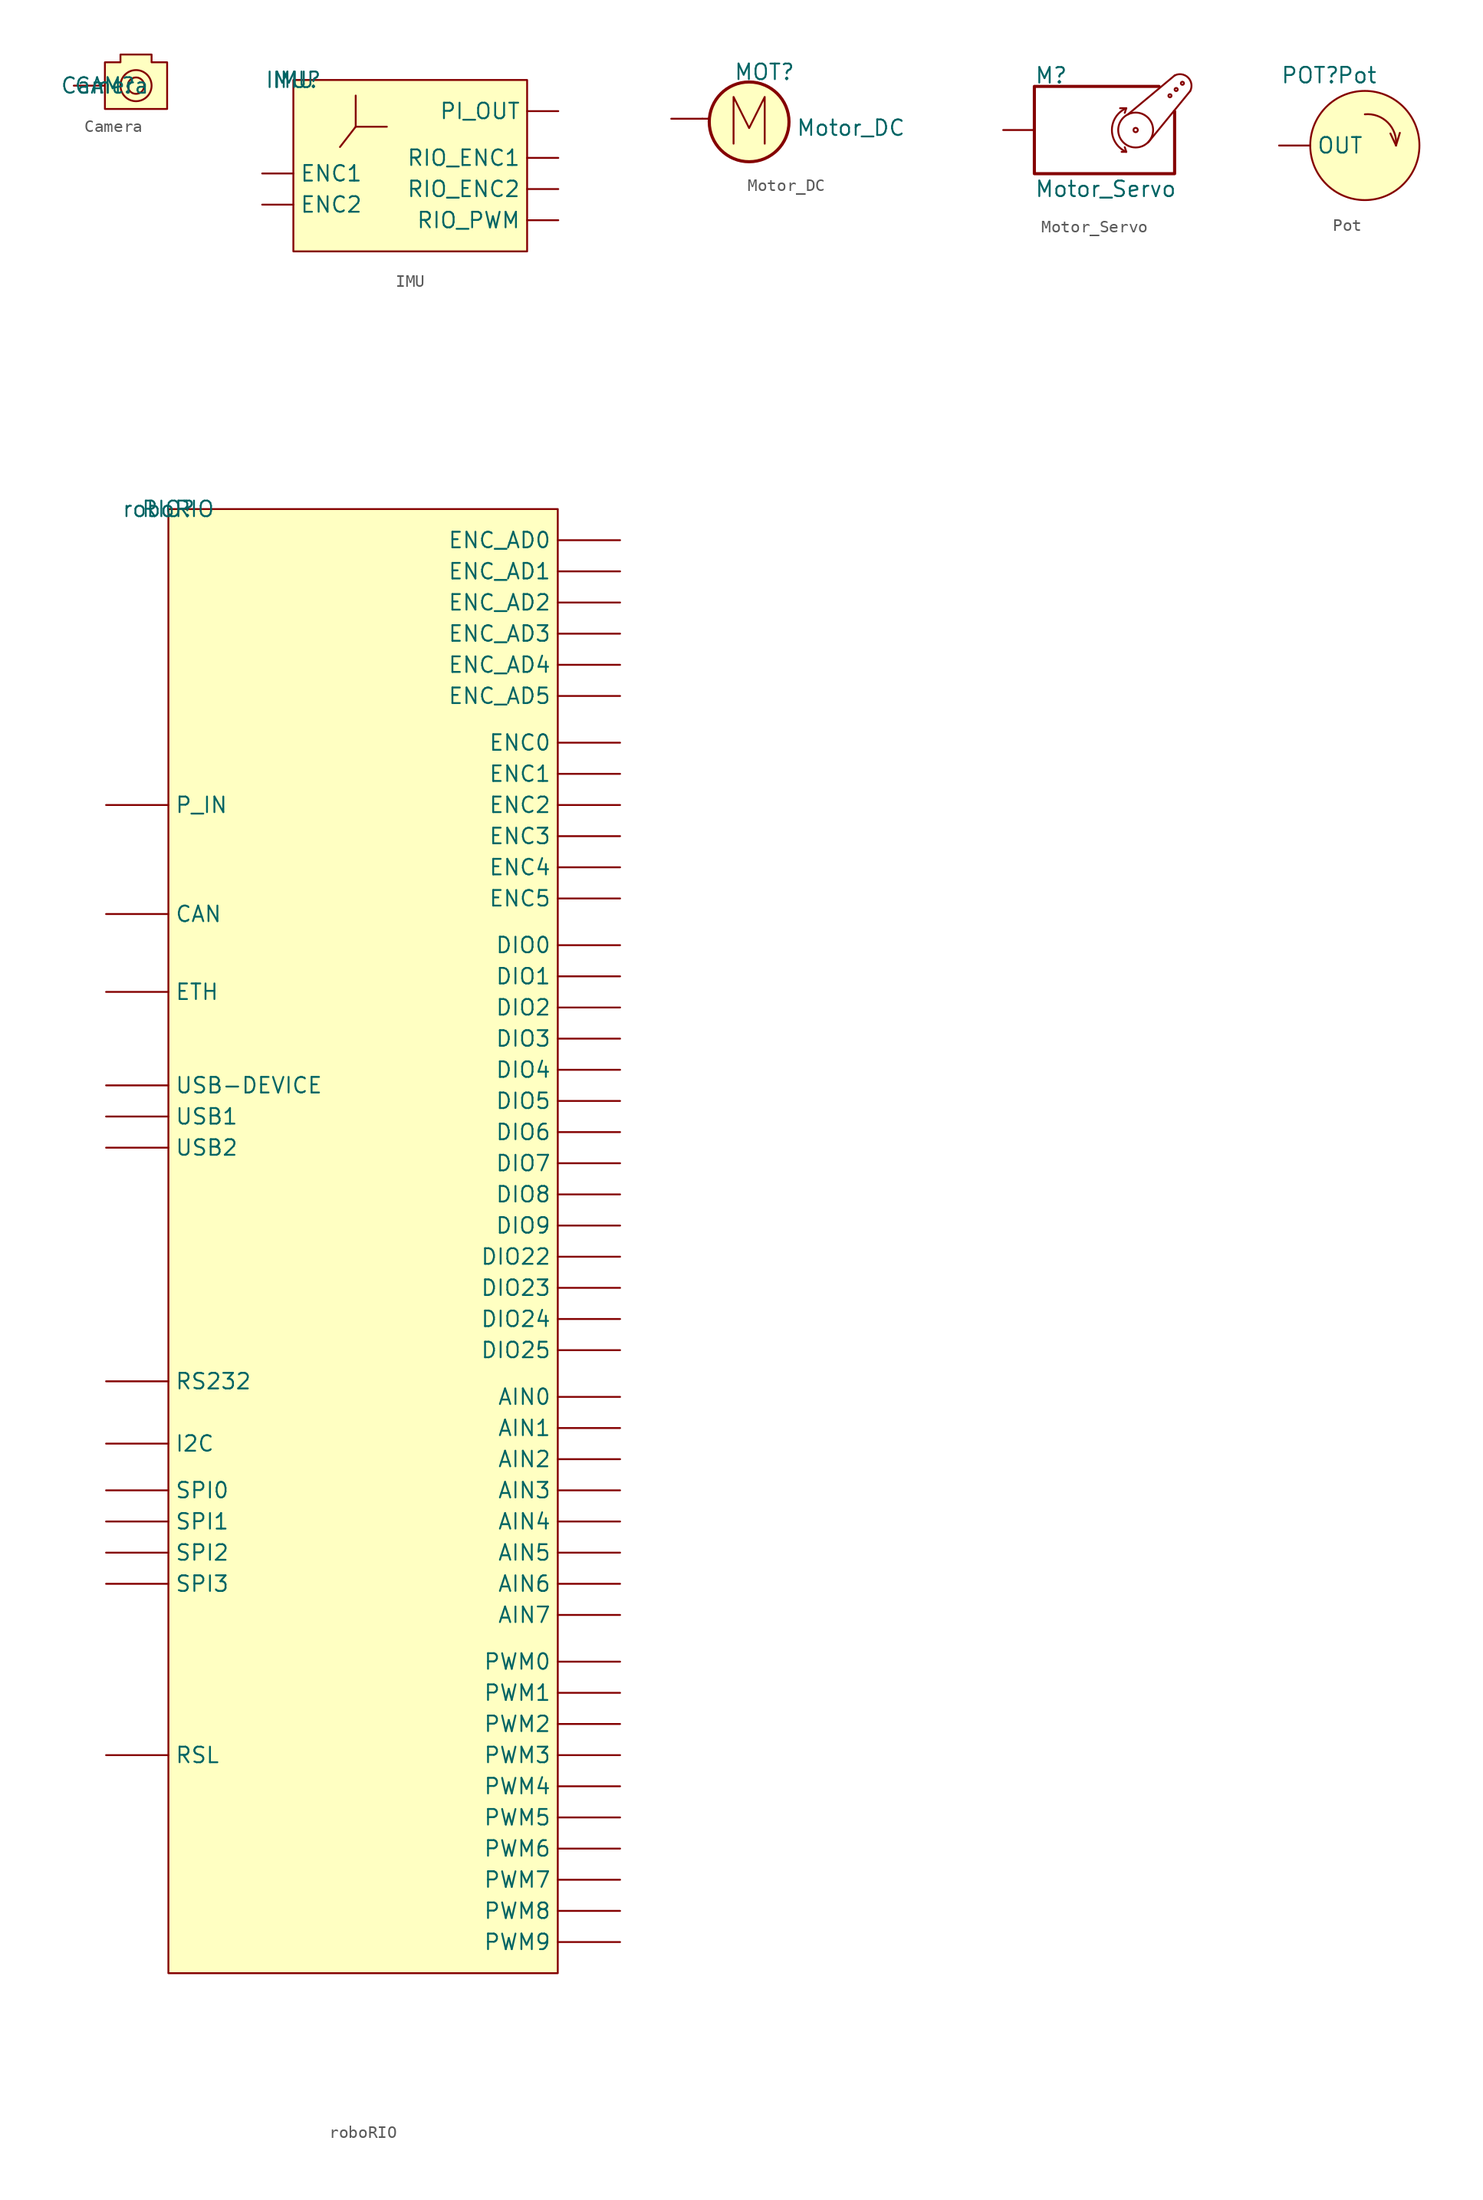
<source format=kicad_sym>
(kicad_symbol_lib
  (version 20220914)
  (generator kicad_symbol_editor)
  (symbol "Camera"
    (pin_numbers hide)
    (pin_names hide)
    (property "Reference" "CAM"
      (at 0 0 0)
      (effects (font (size 1.27 1.27))))
    (property "Value" "Camera"
      (at 0 0 0)
      (effects (font (size 1.27 1.27))))
    (symbol "Camera_0_1"
      (circle (center 2.54 0) (radius 0.67) (stroke (width 0) (type default)) (fill (type none)))
      (circle (center 2.54 0) (radius 1.27) (stroke (width 0) (type default)) (fill (type none))))
    (symbol "Camera_1_1"
      (polyline (pts (xy 2.54 -1.905) (xy 5.08 -1.905) (xy 5.08 1.905) (xy 3.81 1.905) (xy 3.81 2.54) (xy 1.27 2.54) (xy 1.27 1.905) (xy 0 1.905) (xy 0 -1.905) (xy 2.54 -1.905)) (stroke (width 0) (type default)) (fill (type background)))
      (pin input line (at -2.54 0 0) (length 2.54) (name "" (effects (font (size 1.27 1.27)))) (number "" (effects (font (size 1.27 1.27)))))))
  (symbol "IMU"
    (property "Reference" "IMU"
      (at 0 0 0)
      (effects (font (size 1.27 1.27))))
    (property "Value" "IMU"
      (at 0 0 0)
      (effects (font (size 1.27 1.27))))
    (symbol "IMU_0_0"
      (pin unspecified line (at -2.54 -7.62 0) (length 2.54) (name "ENC1" (effects (font (size 1.27 1.27)))) (number "" (effects (font (size 1.27 1.27)))))
      (pin unspecified line (at -2.54 -10.16 0) (length 2.54) (name "ENC2" (effects (font (size 1.27 1.27)))) (number "" (effects (font (size 1.27 1.27)))))
      (pin unspecified line (at 21.59 -2.54 180) (length 2.54) (name "PI_OUT" (effects (font (size 1.27 1.27)))) (number "" (effects (font (size 1.27 1.27)))))
      (pin unspecified line (at 21.59 -6.35 180) (length 2.54) (name "RIO_ENC1" (effects (font (size 1.27 1.27)))) (number "" (effects (font (size 1.27 1.27)))))
      (pin unspecified line (at 21.59 -8.89 180) (length 2.54) (name "RIO_ENC2" (effects (font (size 1.27 1.27)))) (number "" (effects (font (size 1.27 1.27)))))
      (pin unspecified line (at 21.59 -11.43 180) (length 2.54) (name "RIO_PWM" (effects (font (size 1.27 1.27)))) (number "" (effects (font (size 1.27 1.27))))))
    (symbol "IMU_0_1"
      (polyline (pts (xy 5.08 -3.81) (xy 3.799 -5.463)) (stroke (width 0) (type default)) (fill (type none)))
      (polyline (pts (xy 5.08 -1.27) (xy 5.08 -3.81) (xy 7.62 -3.81)) (stroke (width 0) (type default)) (fill (type none)))
      (rectangle (start 0 0) (end 19.05 -13.97) (stroke (width 0) (type default)) (fill (type background)))))
  (symbol "Motor_DC"
    (pin_names
      (offset 0))
    (property "Reference" "MOT"
      (at -1.27 2.54 0)
      (effects (font (size 1.27 1.27)) (justify left)))
    (property "Value" "Motor_DC"
      (at 3.81 -1.27 0)
      (effects (font (size 1.27 1.27)) (justify left top)))
    (symbol "Motor_DC_0_0"
      (polyline (pts (xy -1.27 -3.302) (xy -1.27 0.508) (xy 0 -2.032) (xy 1.27 0.508) (xy 1.27 -3.302)) (stroke (width 0) (type default)) (fill (type none))))
    (symbol "Motor_DC_0_1"
      (circle (center 0 -1.524) (radius 3.251) (stroke (width 0.254) (type default)) (fill (type background)))
      (polyline (pts (xy -3.81 -1.27) (xy -3.302 -1.27)) (stroke (width 0) (type default)) (fill (type none))))
    (symbol "Motor_DC_1_1"
      (pin passive line (at -6.35 -1.27 0) (length 2.54) (name "" (effects (font (size 1.27 1.27)))) (number "" (effects (font (size 1.27 1.27)))))))
  (symbol "Motor_Servo"
    (pin_names
      (offset 0.025))
    (property "Reference" "M"
      (at -5.08 4.445 0)
      (effects (font (size 1.27 1.27)) (justify left)))
    (property "Value" "Motor_Servo"
      (at -5.08 -4.064 0)
      (effects (font (size 1.27 1.27)) (justify left top)))
    (symbol "Motor_Servo_0_1"
      (polyline (pts (xy 2.413 -1.778) (xy 2.032 -1.778)) (stroke (width 0) (type default)) (fill (type none)))
      (polyline (pts (xy 2.413 -1.778) (xy 2.286 -1.397)) (stroke (width 0) (type default)) (fill (type none)))
      (polyline (pts (xy 2.413 1.778) (xy 1.905 1.778)) (stroke (width 0) (type default)) (fill (type none)))
      (polyline (pts (xy 2.413 1.778) (xy 2.286 1.397)) (stroke (width 0) (type default)) (fill (type none)))
      (polyline (pts (xy 6.35 4.445) (xy 2.54 1.27)) (stroke (width 0) (type default)) (fill (type none)))
      (polyline (pts (xy 7.62 3.175) (xy 4.191 -1.016)) (stroke (width 0) (type default)) (fill (type none)))
      (polyline (pts (xy 5.08 3.556) (xy -5.08 3.556) (xy -5.08 -3.556) (xy 6.35 -3.556) (xy 6.35 1.524)) (stroke (width 0.254) (type default)) (fill (type none)))
      (arc (start 2.413 1.778) (mid 1.2406 0) (end 2.413 -1.778) (stroke (width 0) (type default)) (fill (type none)))
      (circle (center 3.175 0) (radius 0.178) (stroke (width 0) (type default)) (fill (type none)))
      (circle (center 3.175 0) (radius 1.422) (stroke (width 0) (type default)) (fill (type none)))
      (circle (center 5.969 2.794) (radius 0.127) (stroke (width 0) (type default)) (fill (type none)))
      (circle (center 6.477 3.302) (radius 0.127) (stroke (width 0) (type default)) (fill (type none)))
      (circle (center 6.985 3.81) (radius 0.127) (stroke (width 0) (type default)) (fill (type none)))
      (arc (start 7.62 3.175) (mid 7.4485 4.2735) (end 6.35 4.445) (stroke (width 0) (type default)) (fill (type none))))
    (symbol "Motor_Servo_1_1"
      (pin passive line (at -7.62 0 0) (length 2.54) (name "" (effects (font (size 1.27 1.27)))) (number "" (effects (font (size 1.27 1.27)))))))
  (symbol "Pot"
    (property "Reference" "POT"
      (at 0 0 0)
      (effects (font (size 1.27 1.27))))
    (property "Value" "Pot"
      (at 3.81 0 0)
      (effects (font (size 1.27 1.27))))
    (symbol "Pot_0_1"
      (polyline (pts (xy 6.985 -5.715) (xy 6.527 -4.734)) (stroke (width 0) (type default)) (fill (type none)))
      (polyline (pts (xy 6.985 -5.715) (xy 7.298 -4.684)) (stroke (width 0) (type default)) (fill (type none)))
      (circle (center 4.445 -5.715) (radius 4.445) (stroke (width 0) (type default)) (fill (type background)))
      (arc (start 6.985 -5.715) (mid 6.3162 -3.8438) (end 4.445 -3.175) (stroke (width 0) (type default)) (fill (type none))))
    (symbol "Pot_1_1"
      (pin input line (at -2.54 -5.715 0) (length 2.54) (name "OUT" (effects (font (size 1.27 1.27)))) (number "" (effects (font (size 1.27 1.27)))))))
  (symbol "roboRIO"
    (pin_numbers hide)
    (property "Reference" "RIO"
      (at 0 0 0)
      (effects (font (size 1.27 1.27))))
    (property "Value" "roboRIO"
      (at 0 0 0)
      (effects (font (size 1.27 1.27))))
    (symbol "roboRIO_0_0"
      (pin unspecified line (at 36.83 -72.39 180) (length 5.08) (name "AIN0" (effects (font (size 1.27 1.27)))) (number "AIN0" (effects (font (size 1.27 1.27)))))
      (pin unspecified line (at 36.83 -74.93 180) (length 5.08) (name "AIN1" (effects (font (size 1.27 1.27)))) (number "AIN1" (effects (font (size 1.27 1.27)))))
      (pin unspecified line (at 36.83 -77.47 180) (length 5.08) (name "AIN2" (effects (font (size 1.27 1.27)))) (number "AIN2" (effects (font (size 1.27 1.27)))))
      (pin unspecified line (at 36.83 -80.01 180) (length 5.08) (name "AIN3" (effects (font (size 1.27 1.27)))) (number "AIN3" (effects (font (size 1.27 1.27)))))
      (pin unspecified line (at 36.83 -82.55 180) (length 5.08) (name "AIN4" (effects (font (size 1.27 1.27)))) (number "AIN4" (effects (font (size 1.27 1.27)))))
      (pin unspecified line (at 36.83 -85.09 180) (length 5.08) (name "AIN5" (effects (font (size 1.27 1.27)))) (number "AIN5" (effects (font (size 1.27 1.27)))))
      (pin unspecified line (at 36.83 -87.63 180) (length 5.08) (name "AIN6" (effects (font (size 1.27 1.27)))) (number "AIN6" (effects (font (size 1.27 1.27)))))
      (pin unspecified line (at 36.83 -90.17 180) (length 5.08) (name "AIN7" (effects (font (size 1.27 1.27)))) (number "AIN7" (effects (font (size 1.27 1.27)))))
      (pin unspecified line (at -5.08 -33.02 0) (length 5.08) (name "CAN" (effects (font (size 1.27 1.27)))) (number "CAN" (effects (font (size 1.27 1.27)))))
      (pin unspecified line (at 36.83 -35.56 180) (length 5.08) (name "DIO0" (effects (font (size 1.27 1.27)))) (number "DIO0" (effects (font (size 1.27 1.27)))))
      (pin unspecified line (at 36.83 -38.1 180) (length 5.08) (name "DIO1" (effects (font (size 1.27 1.27)))) (number "DIO1" (effects (font (size 1.27 1.27)))))
      (pin unspecified line (at 36.83 -40.64 180) (length 5.08) (name "DIO2" (effects (font (size 1.27 1.27)))) (number "DIO2" (effects (font (size 1.27 1.27)))))
      (pin unspecified line (at 36.83 -60.96 180) (length 5.08) (name "DIO22" (effects (font (size 1.27 1.27)))) (number "DIO22" (effects (font (size 1.27 1.27)))))
      (pin unspecified line (at 36.83 -63.5 180) (length 5.08) (name "DIO23" (effects (font (size 1.27 1.27)))) (number "DIO23" (effects (font (size 1.27 1.27)))))
      (pin unspecified line (at 36.83 -66.04 180) (length 5.08) (name "DIO24" (effects (font (size 1.27 1.27)))) (number "DIO24" (effects (font (size 1.27 1.27)))))
      (pin unspecified line (at 36.83 -68.58 180) (length 5.08) (name "DIO25" (effects (font (size 1.27 1.27)))) (number "DIO25" (effects (font (size 1.27 1.27)))))
      (pin unspecified line (at 36.83 -43.18 180) (length 5.08) (name "DIO3" (effects (font (size 1.27 1.27)))) (number "DIO3" (effects (font (size 1.27 1.27)))))
      (pin unspecified line (at 36.83 -45.72 180) (length 5.08) (name "DIO4" (effects (font (size 1.27 1.27)))) (number "DIO4" (effects (font (size 1.27 1.27)))))
      (pin unspecified line (at 36.83 -48.26 180) (length 5.08) (name "DIO5" (effects (font (size 1.27 1.27)))) (number "DIO5" (effects (font (size 1.27 1.27)))))
      (pin unspecified line (at 36.83 -50.8 180) (length 5.08) (name "DIO6" (effects (font (size 1.27 1.27)))) (number "DIO6" (effects (font (size 1.27 1.27)))))
      (pin unspecified line (at 36.83 -53.34 180) (length 5.08) (name "DIO7" (effects (font (size 1.27 1.27)))) (number "DIO7" (effects (font (size 1.27 1.27)))))
      (pin unspecified line (at 36.83 -55.88 180) (length 5.08) (name "DIO8" (effects (font (size 1.27 1.27)))) (number "DIO8" (effects (font (size 1.27 1.27)))))
      (pin unspecified line (at 36.83 -58.42 180) (length 5.08) (name "DIO9" (effects (font (size 1.27 1.27)))) (number "DIO9" (effects (font (size 1.27 1.27)))))
      (pin unspecified line (at 36.83 -19.05 180) (length 5.08) (name "ENC0" (effects (font (size 1.27 1.27)))) (number "ENC0" (effects (font (size 1.27 1.27)))))
      (pin unspecified line (at 36.83 -21.59 180) (length 5.08) (name "ENC1" (effects (font (size 1.27 1.27)))) (number "ENC1" (effects (font (size 1.27 1.27)))))
      (pin unspecified line (at 36.83 -24.13 180) (length 5.08) (name "ENC2" (effects (font (size 1.27 1.27)))) (number "ENC2" (effects (font (size 1.27 1.27)))))
      (pin unspecified line (at 36.83 -26.67 180) (length 5.08) (name "ENC3" (effects (font (size 1.27 1.27)))) (number "ENC3" (effects (font (size 1.27 1.27)))))
      (pin unspecified line (at 36.83 -29.21 180) (length 5.08) (name "ENC4" (effects (font (size 1.27 1.27)))) (number "ENC4" (effects (font (size 1.27 1.27)))))
      (pin unspecified line (at 36.83 -31.75 180) (length 5.08) (name "ENC5" (effects (font (size 1.27 1.27)))) (number "ENC5" (effects (font (size 1.27 1.27)))))
      (pin unspecified line (at 36.83 -2.54 180) (length 5.08) (name "ENC_AD0" (effects (font (size 1.27 1.27)))) (number "ENC_AD0" (effects (font (size 1.27 1.27)))))
      (pin unspecified line (at 36.83 -5.08 180) (length 5.08) (name "ENC_AD1" (effects (font (size 1.27 1.27)))) (number "ENC_AD1" (effects (font (size 1.27 1.27)))))
      (pin unspecified line (at 36.83 -7.62 180) (length 5.08) (name "ENC_AD2" (effects (font (size 1.27 1.27)))) (number "ENC_AD2" (effects (font (size 1.27 1.27)))))
      (pin unspecified line (at 36.83 -10.16 180) (length 5.08) (name "ENC_AD3" (effects (font (size 1.27 1.27)))) (number "ENC_AD3" (effects (font (size 1.27 1.27)))))
      (pin unspecified line (at 36.83 -12.7 180) (length 5.08) (name "ENC_AD4" (effects (font (size 1.27 1.27)))) (number "ENC_AD4" (effects (font (size 1.27 1.27)))))
      (pin unspecified line (at 36.83 -15.24 180) (length 5.08) (name "ENC_AD5" (effects (font (size 1.27 1.27)))) (number "ENC_AD5" (effects (font (size 1.27 1.27)))))
      (pin unspecified line (at -5.08 -39.37 0) (length 5.08) (name "ETH" (effects (font (size 1.27 1.27)))) (number "ETH" (effects (font (size 1.27 1.27)))))
      (pin unspecified line (at -5.08 -76.2 0) (length 5.08) (name "I2C" (effects (font (size 1.27 1.27)))) (number "I2C" (effects (font (size 1.27 1.27)))))
      (pin unspecified line (at -5.08 -24.13 0) (length 5.08) (name "P_IN" (effects (font (size 1.27 1.27)))) (number "INPUT_V" (effects (font (size 1.27 1.27)))))
      (pin unspecified line (at 36.83 -93.98 180) (length 5.08) (name "PWM0" (effects (font (size 1.27 1.27)))) (number "PWM0" (effects (font (size 1.27 1.27)))))
      (pin unspecified line (at 36.83 -96.52 180) (length 5.08) (name "PWM1" (effects (font (size 1.27 1.27)))) (number "PWM1" (effects (font (size 1.27 1.27)))))
      (pin unspecified line (at 36.83 -99.06 180) (length 5.08) (name "PWM2" (effects (font (size 1.27 1.27)))) (number "PWM2" (effects (font (size 1.27 1.27)))))
      (pin unspecified line (at 36.83 -101.6 180) (length 5.08) (name "PWM3" (effects (font (size 1.27 1.27)))) (number "PWM3" (effects (font (size 1.27 1.27)))))
      (pin unspecified line (at 36.83 -104.14 180) (length 5.08) (name "PWM4" (effects (font (size 1.27 1.27)))) (number "PWM4" (effects (font (size 1.27 1.27)))))
      (pin unspecified line (at 36.83 -106.68 180) (length 5.08) (name "PWM5" (effects (font (size 1.27 1.27)))) (number "PWM5" (effects (font (size 1.27 1.27)))))
      (pin unspecified line (at 36.83 -109.22 180) (length 5.08) (name "PWM6" (effects (font (size 1.27 1.27)))) (number "PWM6" (effects (font (size 1.27 1.27)))))
      (pin unspecified line (at 36.83 -111.76 180) (length 5.08) (name "PWM7" (effects (font (size 1.27 1.27)))) (number "PWM7" (effects (font (size 1.27 1.27)))))
      (pin unspecified line (at 36.83 -114.3 180) (length 5.08) (name "PWM8" (effects (font (size 1.27 1.27)))) (number "PWM8" (effects (font (size 1.27 1.27)))))
      (pin unspecified line (at 36.83 -116.84 180) (length 5.08) (name "PWM9" (effects (font (size 1.27 1.27)))) (number "PWM9" (effects (font (size 1.27 1.27)))))
      (pin unspecified line (at -5.08 -71.12 0) (length 5.08) (name "RS232" (effects (font (size 1.27 1.27)))) (number "RS232" (effects (font (size 1.27 1.27)))))
      (pin unspecified line (at -5.08 -101.6 0) (length 5.08) (name "RSL" (effects (font (size 1.27 1.27)))) (number "RSL" (effects (font (size 1.27 1.27)))))
      (pin unspecified line (at -5.08 -80.01 0) (length 5.08) (name "SPI0" (effects (font (size 1.27 1.27)))) (number "SPI0" (effects (font (size 1.27 1.27)))))
      (pin unspecified line (at -5.08 -82.55 0) (length 5.08) (name "SPI1" (effects (font (size 1.27 1.27)))) (number "SPI1" (effects (font (size 1.27 1.27)))))
      (pin unspecified line (at -5.08 -85.09 0) (length 5.08) (name "SPI2" (effects (font (size 1.27 1.27)))) (number "SPI2" (effects (font (size 1.27 1.27)))))
      (pin unspecified line (at -5.08 -87.63 0) (length 5.08) (name "SPI3" (effects (font (size 1.27 1.27)))) (number "SPI3" (effects (font (size 1.27 1.27)))))
      (pin unspecified line (at -5.08 -46.99 0) (length 5.08) (name "USB-DEVICE" (effects (font (size 1.27 1.27)))) (number "USB-DEVICE" (effects (font (size 1.27 1.27)))))
      (pin unspecified line (at -5.08 -49.53 0) (length 5.08) (name "USB1" (effects (font (size 1.27 1.27)))) (number "USB1" (effects (font (size 1.27 1.27)))))
      (pin unspecified line (at -5.08 -52.07 0) (length 5.08) (name "USB2" (effects (font (size 1.27 1.27)))) (number "USB2" (effects (font (size 1.27 1.27))))))
    (symbol "roboRIO_0_1"
      (rectangle (start 0 0) (end 31.75 -119.38) (stroke (width 0) (type default)) (fill (type background))))))
</source>
